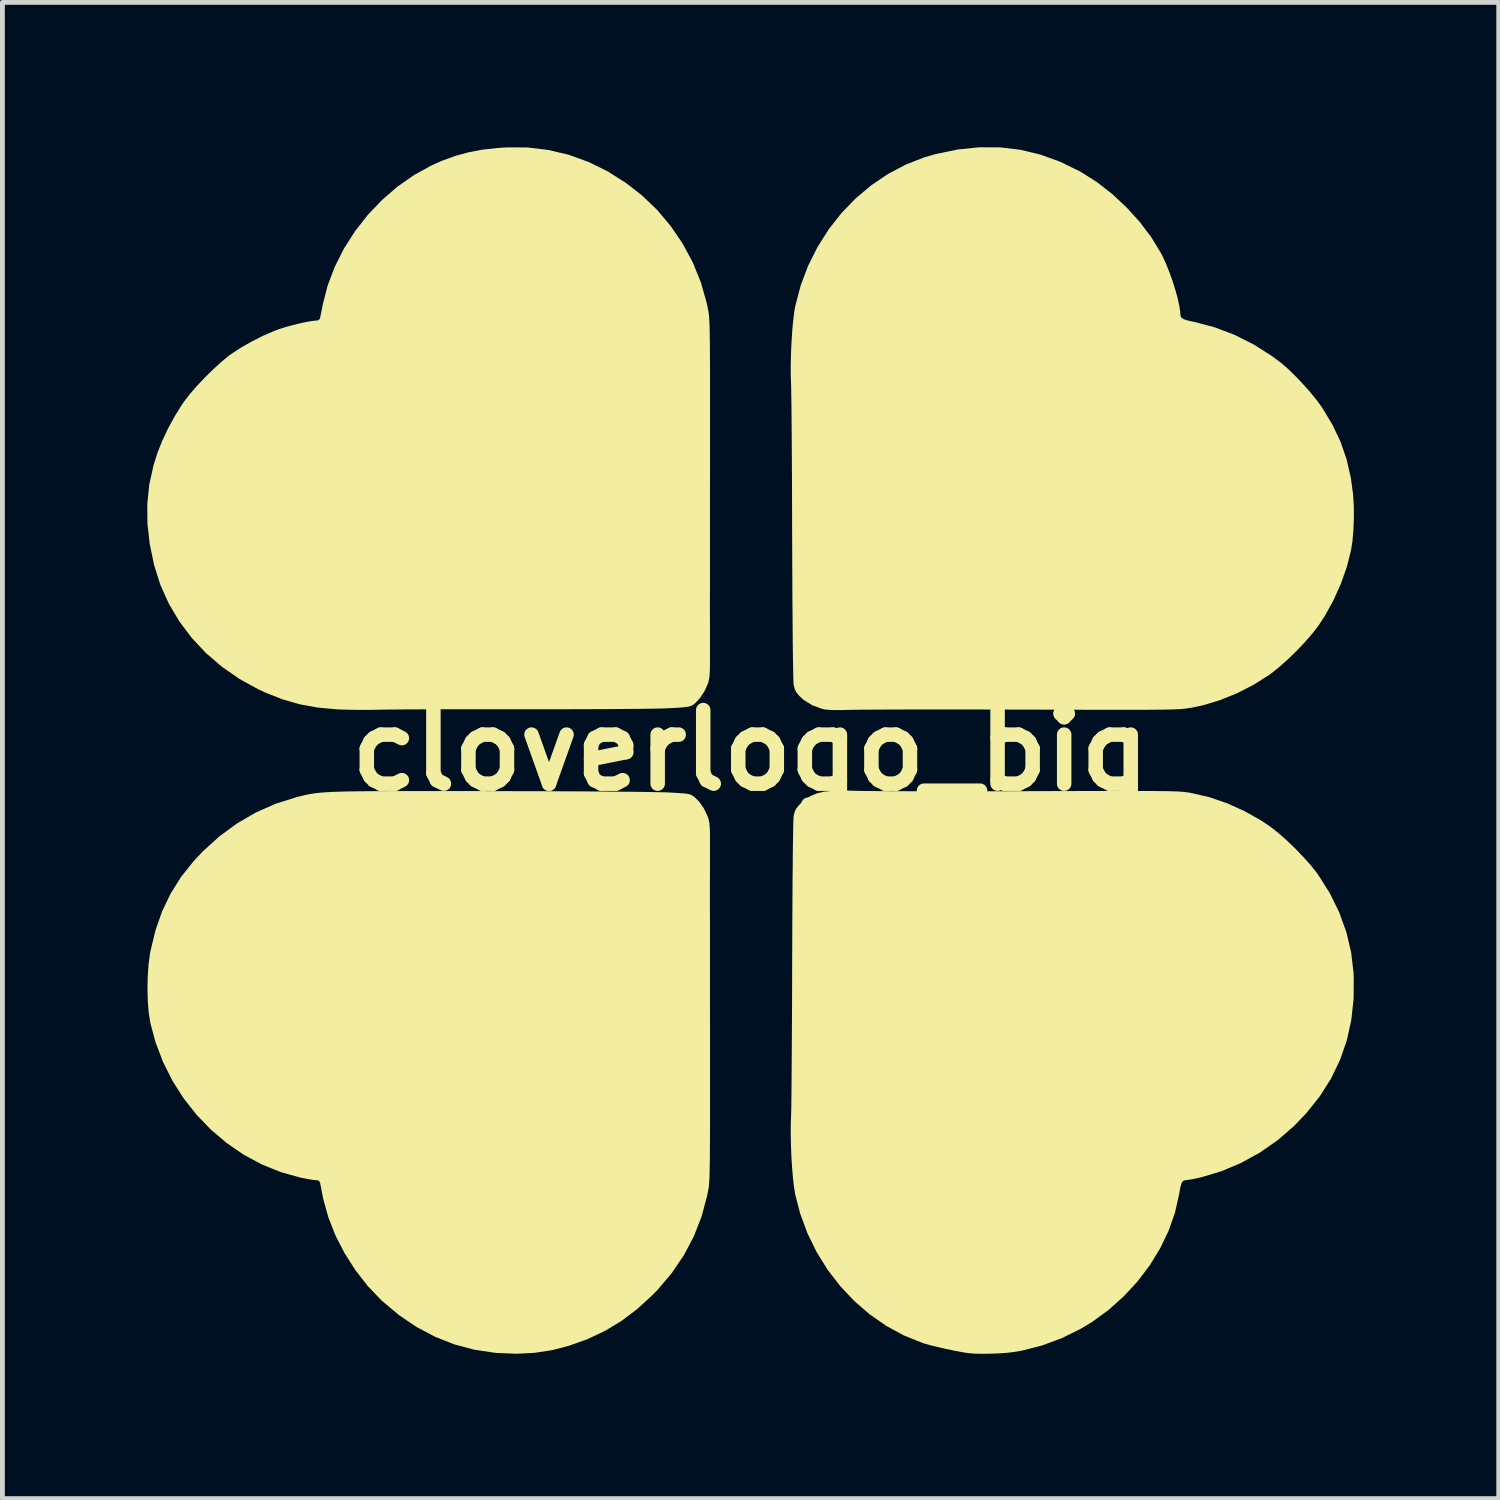
<source format=kicad_pcb>
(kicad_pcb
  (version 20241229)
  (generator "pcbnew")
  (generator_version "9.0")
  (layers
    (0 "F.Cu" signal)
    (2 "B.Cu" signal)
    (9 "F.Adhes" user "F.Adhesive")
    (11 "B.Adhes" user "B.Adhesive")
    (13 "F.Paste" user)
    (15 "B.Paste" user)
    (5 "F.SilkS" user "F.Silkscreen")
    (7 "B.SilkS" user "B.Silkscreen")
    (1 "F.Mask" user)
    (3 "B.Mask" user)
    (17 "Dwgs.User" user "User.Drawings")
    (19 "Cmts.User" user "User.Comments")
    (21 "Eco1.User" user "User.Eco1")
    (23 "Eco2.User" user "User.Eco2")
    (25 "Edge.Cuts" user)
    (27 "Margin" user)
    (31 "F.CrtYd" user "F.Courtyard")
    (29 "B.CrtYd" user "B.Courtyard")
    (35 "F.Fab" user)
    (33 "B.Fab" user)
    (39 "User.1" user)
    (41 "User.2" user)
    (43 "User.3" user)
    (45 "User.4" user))
  (footprint "cloverlogo_big"
    (layer "F.Cu")
    (at 12.493 12.49)
    (property "Reference" "cloverlogo_big" (at 0 0 0) (layer "F.SilkS") (effects (font (size 1.524 1.524) (thickness 0.3))))
    (attr board_only exclude_from_pos_files exclude_from_bom)
    (fp_poly (pts (xy 2.125 0.836) (xy 2.208 0.838) (xy 2.338 0.841) (xy 2.51 0.842) (xy 2.721 0.844) (xy 2.966 0.845) (xy 3.243 0.846) (xy 3.546 0.847) (xy 3.873 0.848) (xy 4.22 0.848) (xy 4.583 0.847) (xy 4.957 0.847) (xy 5.34 0.846) (xy 5.425 0.846) (xy 5.908 0.844) (xy 6.344 0.843) (xy 6.734 0.842) (xy 7.083 0.841) (xy 7.393 0.841) (xy 7.666 0.84) (xy 7.905 0.84) (xy 8.112 0.841) (xy 8.291 0.841) (xy 8.443 0.843) (xy 8.573 0.844) (xy 8.681 0.846) (xy 8.772 0.849) (xy 8.847 0.851) (xy 8.909 0.855) (xy 8.961 0.859) (xy 9.006 0.864) (xy 9.046 0.869) (xy 9.084 0.875) (xy 9.122 0.882) (xy 9.15 0.887) (xy 9.507 0.971) (xy 9.871 1.096) (xy 10.23 1.258) (xy 10.571 1.45) (xy 10.75 1.569) (xy 10.908 1.692) (xy 11.083 1.844) (xy 11.264 2.016) (xy 11.438 2.196) (xy 11.597 2.373) (xy 11.727 2.536) (xy 11.755 2.575) (xy 11.997 2.958) (xy 12.192 3.356) (xy 12.34 3.766) (xy 12.439 4.187) (xy 12.489 4.617) (xy 12.492 4.675) (xy 12.49 5.139) (xy 12.442 5.582) (xy 12.349 6.005) (xy 12.209 6.409) (xy 12.023 6.795) (xy 11.791 7.162) (xy 11.511 7.512) (xy 11.258 7.777) (xy 10.919 8.071) (xy 10.551 8.327) (xy 10.16 8.543) (xy 9.751 8.716) (xy 9.344 8.838) (xy 9.229 8.864) (xy 9.126 8.885) (xy 9.049 8.897) (xy 9.018 8.9) (xy 8.977 8.906) (xy 8.946 8.928) (xy 8.922 8.974) (xy 8.901 9.053) (xy 8.879 9.173) (xy 8.874 9.2) (xy 8.789 9.578) (xy 8.657 9.951) (xy 8.482 10.314) (xy 8.267 10.665) (xy 8.016 10.996) (xy 7.731 11.305) (xy 7.418 11.585) (xy 7.078 11.834) (xy 6.834 11.981) (xy 6.444 12.173) (xy 6.037 12.324) (xy 5.623 12.43) (xy 5.442 12.461) (xy 5.308 12.476) (xy 5.146 12.488) (xy 4.971 12.494) (xy 4.8 12.496) (xy 4.645 12.493) (xy 4.524 12.484) (xy 4.513 12.483) (xy 4.381 12.462) (xy 4.222 12.432) (xy 4.05 12.396) (xy 3.879 12.357) (xy 3.723 12.319) (xy 3.598 12.283) (xy 3.567 12.273) (xy 3.181 12.119) (xy 2.814 11.92) (xy 2.47 11.681) (xy 2.15 11.405) (xy 1.858 11.095) (xy 1.596 10.755) (xy 1.369 10.389) (xy 1.178 9.999) (xy 1.027 9.59) (xy 0.926 9.198) (xy 0.902 9.052) (xy 0.88 8.868) (xy 0.862 8.655) (xy 0.847 8.425) (xy 0.838 8.189) (xy 0.833 7.959) (xy 0.834 7.744) (xy 0.839 7.594) (xy 0.841 7.526) (xy 0.844 7.413) (xy 0.846 7.257) (xy 0.848 7.061) (xy 0.85 6.83) (xy 0.852 6.567) (xy 0.854 6.275) (xy 0.856 5.958) (xy 0.858 5.621) (xy 0.86 5.265) (xy 0.861 4.896) (xy 0.862 4.516) (xy 0.862 4.394) (xy 0.864 4.013) (xy 0.865 3.645) (xy 0.867 3.293) (xy 0.869 2.96) (xy 0.871 2.649) (xy 0.874 2.364) (xy 0.876 2.109) (xy 0.879 1.885) (xy 0.882 1.697) (xy 0.885 1.548) (xy 0.888 1.441) (xy 0.891 1.379) (xy 0.892 1.368) (xy 0.912 1.277) (xy 0.944 1.208) (xy 1 1.139) (xy 1.026 1.111) (xy 1.131 1.017) (xy 1.245 0.944) (xy 1.373 0.891) (xy 1.523 0.855) (xy 1.703 0.836) (xy 1.918 0.831)) (stroke (width 0) (type solid)) (fill yes) (layer "F.SilkS"))
    (fp_poly (pts (xy 5.167 -12.488) (xy 5.588 -12.438) (xy 6.001 -12.339) (xy 6.408 -12.192) (xy 6.81 -11.996) (xy 6.85 -11.974) (xy 7.177 -11.766) (xy 7.494 -11.519) (xy 7.791 -11.241) (xy 8.063 -10.941) (xy 8.301 -10.625) (xy 8.498 -10.301) (xy 8.536 -10.228) (xy 8.606 -10.075) (xy 8.675 -9.901) (xy 8.741 -9.717) (xy 8.799 -9.532) (xy 8.847 -9.357) (xy 8.881 -9.202) (xy 8.899 -9.079) (xy 8.9 -9.044) (xy 8.906 -8.994) (xy 8.928 -8.957) (xy 8.974 -8.929) (xy 9.052 -8.903) (xy 9.17 -8.877) (xy 9.19 -8.873) (xy 9.608 -8.763) (xy 10.02 -8.607) (xy 10.419 -8.407) (xy 10.797 -8.167) (xy 10.991 -8.022) (xy 11.128 -7.904) (xy 11.28 -7.756) (xy 11.438 -7.59) (xy 11.59 -7.419) (xy 11.725 -7.254) (xy 11.83 -7.11) (xy 12.047 -6.752) (xy 12.218 -6.393) (xy 12.345 -6.026) (xy 12.433 -5.641) (xy 12.478 -5.305) (xy 12.493 -5.066) (xy 12.495 -4.812) (xy 12.485 -4.561) (xy 12.465 -4.328) (xy 12.437 -4.15) (xy 12.352 -3.809) (xy 12.229 -3.459) (xy 12.074 -3.113) (xy 11.895 -2.787) (xy 11.756 -2.575) (xy 11.633 -2.417) (xy 11.48 -2.241) (xy 11.308 -2.061) (xy 11.128 -1.885) (xy 10.95 -1.727) (xy 10.786 -1.596) (xy 10.75 -1.569) (xy 10.428 -1.364) (xy 10.082 -1.186) (xy 9.724 -1.041) (xy 9.366 -0.933) (xy 9.15 -0.887) (xy 9.109 -0.88) (xy 9.069 -0.874) (xy 9.03 -0.868) (xy 8.987 -0.863) (xy 8.939 -0.858) (xy 8.882 -0.854) (xy 8.814 -0.851) (xy 8.732 -0.848) (xy 8.633 -0.846) (xy 8.516 -0.844) (xy 8.376 -0.842) (xy 8.213 -0.841) (xy 8.022 -0.841) (xy 7.801 -0.84) (xy 7.548 -0.84) (xy 7.259 -0.841) (xy 6.933 -0.841) (xy 6.566 -0.842) (xy 6.156 -0.843) (xy 5.7 -0.845) (xy 5.425 -0.845) (xy 5.039 -0.846) (xy 4.659 -0.847) (xy 4.291 -0.847) (xy 3.937 -0.847) (xy 3.602 -0.847) (xy 3.289 -0.847) (xy 3.002 -0.846) (xy 2.745 -0.845) (xy 2.522 -0.844) (xy 2.336 -0.843) (xy 2.192 -0.841) (xy 2.093 -0.84) (xy 2.075 -0.839) (xy 1.88 -0.835) (xy 1.728 -0.835) (xy 1.613 -0.84) (xy 1.528 -0.849) (xy 1.488 -0.858) (xy 1.277 -0.935) (xy 1.098 -1.047) (xy 1.022 -1.116) (xy 0.956 -1.191) (xy 0.918 -1.26) (xy 0.896 -1.348) (xy 0.892 -1.368) (xy 0.889 -1.412) (xy 0.886 -1.503) (xy 0.883 -1.636) (xy 0.88 -1.81) (xy 0.877 -2.021) (xy 0.874 -2.265) (xy 0.872 -2.54) (xy 0.87 -2.841) (xy 0.867 -3.166) (xy 0.866 -3.512) (xy 0.864 -3.874) (xy 0.863 -4.25) (xy 0.862 -4.394) (xy 0.861 -4.776) (xy 0.86 -5.149) (xy 0.859 -5.509) (xy 0.857 -5.853) (xy 0.855 -6.177) (xy 0.853 -6.477) (xy 0.851 -6.749) (xy 0.849 -6.991) (xy 0.847 -7.198) (xy 0.844 -7.368) (xy 0.842 -7.495) (xy 0.84 -7.577) (xy 0.839 -7.594) (xy 0.833 -7.787) (xy 0.833 -8.006) (xy 0.839 -8.238) (xy 0.85 -8.474) (xy 0.865 -8.701) (xy 0.884 -8.909) (xy 0.906 -9.087) (xy 0.926 -9.198) (xy 1.038 -9.626) (xy 1.192 -10.035) (xy 1.386 -10.422) (xy 1.616 -10.786) (xy 1.879 -11.122) (xy 2.173 -11.427) (xy 2.495 -11.699) (xy 2.842 -11.934) (xy 3.211 -12.13) (xy 3.6 -12.282) (xy 3.835 -12.35) (xy 4.292 -12.444) (xy 4.736 -12.49)) (stroke (width 0) (type solid)) (fill yes) (layer "F.SilkS"))
    (fp_poly (pts (xy -6.485 0.842) (xy -6.075 0.843) (xy -5.622 0.843) (xy -5.122 0.844) (xy -4.812 0.845) (xy -4.439 0.845) (xy -4.073 0.847) (xy -3.718 0.848) (xy -3.378 0.85) (xy -3.057 0.852) (xy -2.759 0.855) (xy -2.488 0.857) (xy -2.248 0.86) (xy -2.043 0.863) (xy -1.876 0.866) (xy -1.752 0.869) (xy -1.683 0.872) (xy -1.526 0.881) (xy -1.41 0.889) (xy -1.328 0.897) (xy -1.27 0.908) (xy -1.228 0.922) (xy -1.194 0.942) (xy -1.165 0.962) (xy -1.062 1.064) (xy -0.968 1.199) (xy -0.894 1.352) (xy -0.882 1.384) (xy -0.864 1.445) (xy -0.852 1.515) (xy -0.844 1.604) (xy -0.84 1.721) (xy -0.839 1.877) (xy -0.84 1.913) (xy -0.84 1.99) (xy -0.84 2.114) (xy -0.84 2.28) (xy -0.84 2.486) (xy -0.841 2.727) (xy -0.841 2.999) (xy -0.841 3.3) (xy -0.84 3.625) (xy -0.84 3.97) (xy -0.84 4.333) (xy -0.84 4.709) (xy -0.84 5.095) (xy -0.84 5.263) (xy -0.839 5.762) (xy -0.839 6.214) (xy -0.839 6.62) (xy -0.839 6.985) (xy -0.839 7.31) (xy -0.839 7.597) (xy -0.839 7.85) (xy -0.84 8.071) (xy -0.841 8.262) (xy -0.842 8.426) (xy -0.844 8.566) (xy -0.846 8.683) (xy -0.848 8.782) (xy -0.851 8.863) (xy -0.855 8.93) (xy -0.859 8.986) (xy -0.863 9.032) (xy -0.869 9.072) (xy -0.875 9.107) (xy -0.881 9.141) (xy -0.889 9.176) (xy -0.897 9.215) (xy -0.897 9.216) (xy -1.012 9.648) (xy -1.172 10.06) (xy -1.379 10.452) (xy -1.63 10.823) (xy -1.927 11.174) (xy -2.025 11.274) (xy -2.343 11.567) (xy -2.67 11.814) (xy -3.013 12.021) (xy -3.379 12.193) (xy -3.396 12.2) (xy -3.761 12.33) (xy -4.115 12.422) (xy -4.471 12.476) (xy -4.84 12.495) (xy -5.234 12.48) (xy -5.303 12.474) (xy -5.724 12.411) (xy -6.136 12.301) (xy -6.535 12.143) (xy -6.92 11.939) (xy -7.287 11.69) (xy -7.634 11.398) (xy -7.649 11.384) (xy -7.929 11.091) (xy -8.182 10.765) (xy -8.406 10.415) (xy -8.594 10.049) (xy -8.742 9.673) (xy -8.847 9.297) (xy -8.863 9.221) (xy -8.882 9.117) (xy -8.9 9.027) (xy -8.912 8.966) (xy -8.914 8.956) (xy -8.936 8.914) (xy -8.987 8.9) (xy -9.001 8.9) (xy -9.058 8.895) (xy -9.148 8.881) (xy -9.257 8.86) (xy -9.318 8.848) (xy -9.727 8.734) (xy -10.121 8.575) (xy -10.495 8.374) (xy -10.846 8.133) (xy -11.172 7.857) (xy -11.471 7.548) (xy -11.738 7.209) (xy -11.971 6.843) (xy -12.167 6.452) (xy -12.323 6.041) (xy -12.43 5.641) (xy -12.462 5.44) (xy -12.482 5.205) (xy -12.489 4.95) (xy -12.484 4.689) (xy -12.467 4.438) (xy -12.437 4.21) (xy -12.428 4.162) (xy -12.325 3.733) (xy -12.187 3.337) (xy -12.011 2.968) (xy -11.794 2.622) (xy -11.533 2.294) (xy -11.35 2.099) (xy -11.004 1.784) (xy -10.635 1.513) (xy -10.244 1.286) (xy -9.834 1.105) (xy -9.406 0.97) (xy -9.385 0.964) (xy -9.319 0.948) (xy -9.259 0.933) (xy -9.2 0.92) (xy -9.141 0.908) (xy -9.079 0.897) (xy -9.012 0.887) (xy -8.936 0.879) (xy -8.851 0.871) (xy -8.752 0.865) (xy -8.637 0.859) (xy -8.504 0.855) (xy -8.351 0.851) (xy -8.174 0.848) (xy -7.972 0.846) (xy -7.741 0.844) (xy -7.48 0.843) (xy -7.185 0.842) (xy -6.854 0.842)) (stroke (width 0) (type solid)) (fill yes) (layer "F.SilkS"))
    (fp_poly (pts (xy -4.615 -12.486) (xy -4.186 -12.434) (xy -3.766 -12.335) (xy -3.358 -12.187) (xy -2.962 -11.993) (xy -2.582 -11.753) (xy -2.248 -11.493) (xy -1.933 -11.192) (xy -1.651 -10.856) (xy -1.404 -10.492) (xy -1.196 -10.105) (xy -1.031 -9.7) (xy -0.912 -9.284) (xy -0.897 -9.216) (xy -0.889 -9.177) (xy -0.882 -9.142) (xy -0.875 -9.108) (xy -0.869 -9.072) (xy -0.864 -9.032) (xy -0.859 -8.986) (xy -0.855 -8.93) (xy -0.851 -8.863) (xy -0.848 -8.782) (xy -0.846 -8.684) (xy -0.844 -8.566) (xy -0.842 -8.427) (xy -0.841 -8.263) (xy -0.84 -8.072) (xy -0.839 -7.851) (xy -0.839 -7.599) (xy -0.839 -7.311) (xy -0.839 -6.987) (xy -0.839 -6.622) (xy -0.839 -6.215) (xy -0.839 -5.764) (xy -0.84 -5.275) (xy -0.84 -4.885) (xy -0.84 -4.504) (xy -0.84 -4.134) (xy -0.84 -3.78) (xy -0.84 -3.445) (xy -0.841 -3.133) (xy -0.841 -2.847) (xy -0.84 -2.591) (xy -0.84 -2.369) (xy -0.84 -2.185) (xy -0.84 -2.041) (xy -0.84 -1.942) (xy -0.84 -1.913) (xy -0.84 -1.748) (xy -0.843 -1.625) (xy -0.85 -1.531) (xy -0.862 -1.458) (xy -0.878 -1.396) (xy -0.882 -1.384) (xy -0.951 -1.23) (xy -1.041 -1.091) (xy -1.141 -0.982) (xy -1.164 -0.963) (xy -1.197 -0.939) (xy -1.232 -0.921) (xy -1.276 -0.908) (xy -1.337 -0.898) (xy -1.424 -0.889) (xy -1.545 -0.881) (xy -1.694 -0.873) (xy -1.782 -0.869) (xy -1.916 -0.866) (xy -2.091 -0.863) (xy -2.304 -0.86) (xy -2.551 -0.858) (xy -2.827 -0.856) (xy -3.128 -0.854) (xy -3.451 -0.853) (xy -3.79 -0.852) (xy -4.142 -0.851) (xy -4.503 -0.851) (xy -4.688 -0.852) (xy -5.052 -0.852) (xy -5.41 -0.852) (xy -5.757 -0.852) (xy -6.09 -0.851) (xy -6.404 -0.851) (xy -6.695 -0.85) (xy -6.959 -0.849) (xy -7.192 -0.848) (xy -7.389 -0.846) (xy -7.547 -0.845) (xy -7.661 -0.843) (xy -7.7 -0.842) (xy -7.885 -0.839) (xy -8.088 -0.839) (xy -8.29 -0.841) (xy -8.472 -0.846) (xy -8.55 -0.849) (xy -8.953 -0.885) (xy -9.329 -0.953) (xy -9.69 -1.056) (xy -10.05 -1.198) (xy -10.188 -1.262) (xy -10.583 -1.479) (xy -10.947 -1.731) (xy -11.278 -2.016) (xy -11.573 -2.331) (xy -11.83 -2.673) (xy -12.047 -3.039) (xy -12.221 -3.426) (xy -12.35 -3.833) (xy -12.352 -3.841) (xy -12.443 -4.279) (xy -12.49 -4.698) (xy -12.493 -5.103) (xy -12.452 -5.501) (xy -12.366 -5.895) (xy -12.285 -6.154) (xy -12.188 -6.4) (xy -12.065 -6.662) (xy -11.923 -6.922) (xy -11.775 -7.161) (xy -11.73 -7.225) (xy -11.615 -7.375) (xy -11.471 -7.541) (xy -11.308 -7.714) (xy -11.137 -7.883) (xy -10.968 -8.037) (xy -10.813 -8.166) (xy -10.743 -8.217) (xy -10.546 -8.345) (xy -10.321 -8.472) (xy -10.089 -8.589) (xy -9.866 -8.685) (xy -9.774 -8.72) (xy -9.647 -8.761) (xy -9.504 -8.801) (xy -9.356 -8.838) (xy -9.216 -8.869) (xy -9.097 -8.89) (xy -9.011 -8.9) (xy -9.001 -8.9) (xy -8.943 -8.91) (xy -8.916 -8.946) (xy -8.914 -8.956) (xy -8.904 -9.006) (xy -8.887 -9.09) (xy -8.867 -9.192) (xy -8.861 -9.225) (xy -8.758 -9.624) (xy -8.61 -10.015) (xy -8.42 -10.392) (xy -8.191 -10.751) (xy -7.927 -11.088) (xy -7.632 -11.398) (xy -7.311 -11.676) (xy -6.965 -11.917) (xy -6.6 -12.118) (xy -6.394 -12.209) (xy -6.114 -12.311) (xy -5.837 -12.387) (xy -5.548 -12.441) (xy -5.233 -12.476) (xy -5.05 -12.488)) (stroke (width 0) (type solid)) (fill yes) (layer "F.SilkS")))
  (gr_rect
    (start -3 -3)
    (end 27.988 27.986)
    (stroke (width 0.1) (type default))
    (fill no)
    (layer "Edge.Cuts")))
</source>
